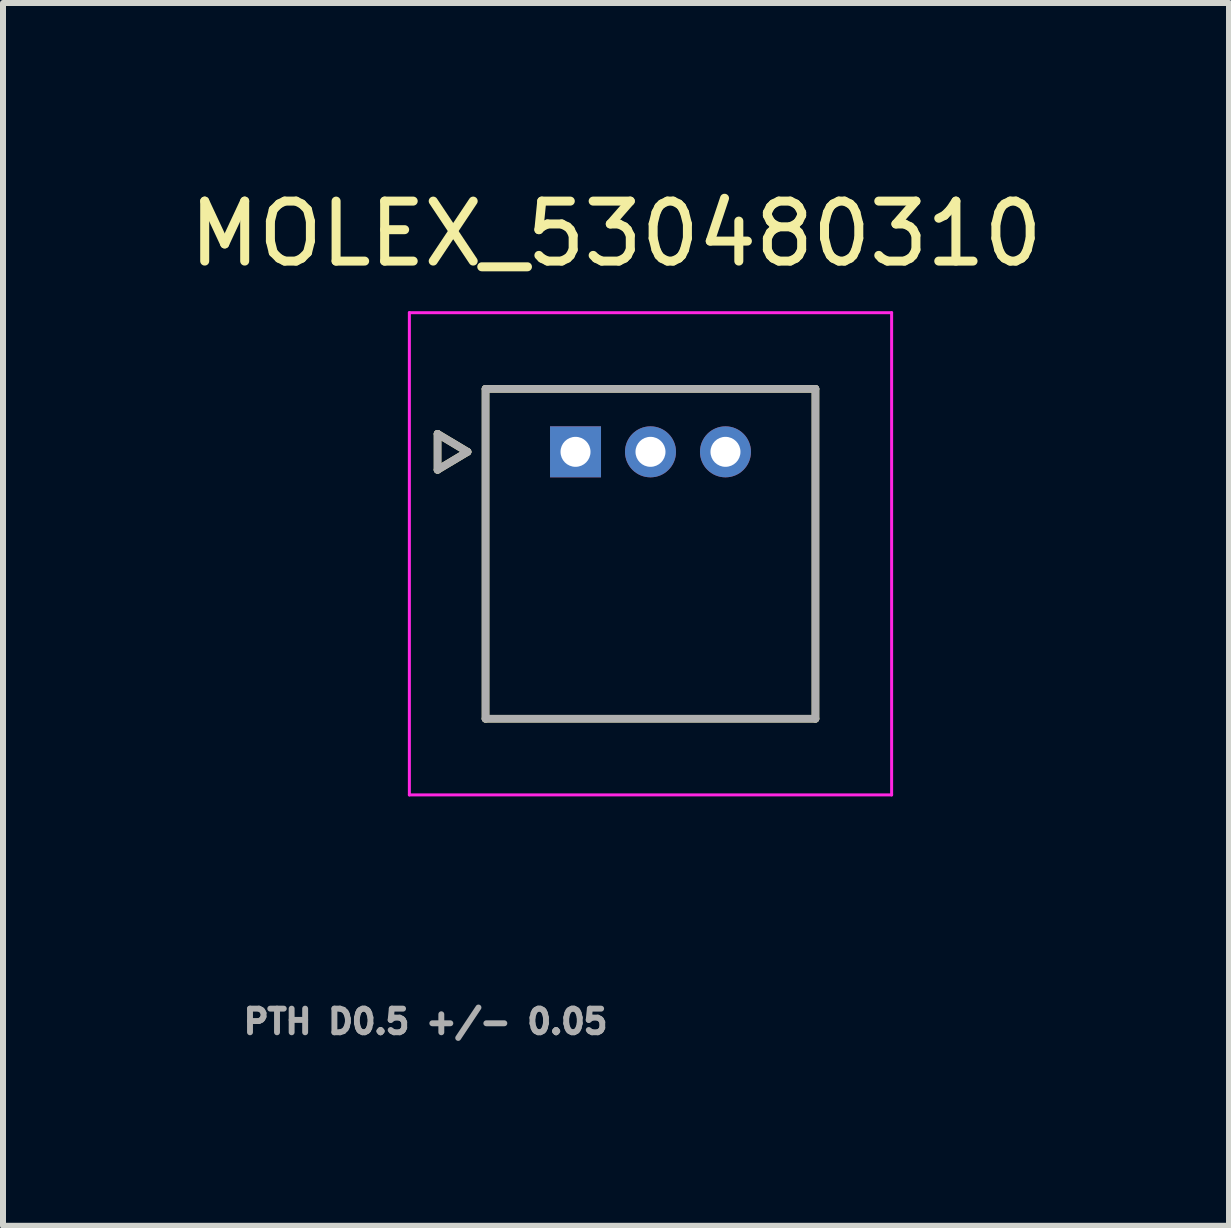
<source format=kicad_pcb>
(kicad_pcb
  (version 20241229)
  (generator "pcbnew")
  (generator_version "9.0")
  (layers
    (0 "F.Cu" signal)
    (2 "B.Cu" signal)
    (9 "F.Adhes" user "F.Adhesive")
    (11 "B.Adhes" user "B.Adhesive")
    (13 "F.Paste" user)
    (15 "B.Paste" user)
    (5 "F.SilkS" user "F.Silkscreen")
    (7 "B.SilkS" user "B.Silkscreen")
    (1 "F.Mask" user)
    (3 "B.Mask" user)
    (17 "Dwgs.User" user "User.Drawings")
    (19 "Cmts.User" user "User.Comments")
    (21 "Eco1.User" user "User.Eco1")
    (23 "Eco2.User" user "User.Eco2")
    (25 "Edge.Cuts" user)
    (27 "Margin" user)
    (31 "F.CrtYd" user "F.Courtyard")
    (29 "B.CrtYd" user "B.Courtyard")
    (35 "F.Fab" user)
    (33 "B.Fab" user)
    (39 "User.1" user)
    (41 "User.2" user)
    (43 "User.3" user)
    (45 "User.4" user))
  (footprint "MOLEX_530480310"
    (layer "F.Cu")
    (at 6.545 4.483)
    (property "Reference" "MOLEX_530480310" (at 0.675 -3.635 0) (layer "F.SilkS") (effects (font (size 1 1) (thickness 0.15))))
    (attr through_hole)
    (fp_circle (center 1.25 0) (end 1.501 0) (stroke (width 0.501) (type solid)) (fill no) (layer "F.Mask"))
    (fp_circle (center 2.5 0) (end 2.751 0) (stroke (width 0.501) (type solid)) (fill no) (layer "F.Mask"))
    (fp_poly (pts (xy 0.501 0.501) (xy -0.501 0.501) (xy -0.501 -0.501) (xy 0.501 -0.501)) (stroke (width 0.01) (type solid)) (fill yes) (layer "F.Mask"))
    (fp_circle (center 1.25 0) (end 1.501 0) (stroke (width 0.501) (type solid)) (fill no) (layer "B.Mask"))
    (fp_circle (center 2.5 0) (end 2.751 0) (stroke (width 0.501) (type solid)) (fill no) (layer "B.Mask"))
    (fp_poly (pts (xy 0.501 0.501) (xy -0.501 0.501) (xy -0.501 -0.501) (xy 0.501 -0.501)) (stroke (width 0.01) (type solid)) (fill yes) (layer "B.Mask"))
    (fp_line (start -2.3 -0.3) (end -1.8 0) (stroke (width 0.127) (type solid)) (layer "F.SilkS"))
    (fp_line (start -2.3 0.3) (end -2.3 -0.3) (stroke (width 0.127) (type solid)) (layer "F.SilkS"))
    (fp_line (start -1.8 0) (end -2.3 0.3) (stroke (width 0.127) (type solid)) (layer "F.SilkS"))
    (fp_line (start -1.5 -1.05) (end 4 -1.05) (stroke (width 0.127) (type solid)) (layer "F.SilkS"))
    (fp_line (start -1.5 4.45) (end -1.5 -1.05) (stroke (width 0.127) (type solid)) (layer "F.SilkS"))
    (fp_line (start 4 -1.05) (end 4 4.45) (stroke (width 0.127) (type solid)) (layer "F.SilkS"))
    (fp_line (start 4 4.45) (end -1.5 4.45) (stroke (width 0.127) (type solid)) (layer "F.SilkS"))
    (fp_line (start -2.77 -2.32) (end 5.27 -2.32) (stroke (width 0.05) (type solid)) (layer "F.CrtYd"))
    (fp_line (start -2.77 5.72) (end -2.77 -2.32) (stroke (width 0.05) (type solid)) (layer "F.CrtYd"))
    (fp_line (start 5.27 -2.32) (end 5.27 5.72) (stroke (width 0.05) (type solid)) (layer "F.CrtYd"))
    (fp_line (start 5.27 5.72) (end -2.77 5.72) (stroke (width 0.05) (type solid)) (layer "F.CrtYd"))
    (fp_line (start -2.3 -0.3) (end -1.8 0) (stroke (width 0.127) (type solid)) (layer "F.Fab"))
    (fp_line (start -2.3 0.3) (end -2.3 -0.3) (stroke (width 0.127) (type solid)) (layer "F.Fab"))
    (fp_line (start -1.8 0) (end -2.3 0.3) (stroke (width 0.127) (type solid)) (layer "F.Fab"))
    (fp_line (start -1.5 -1.05) (end 4 -1.05) (stroke (width 0.127) (type solid)) (layer "F.Fab"))
    (fp_line (start -1.5 4.45) (end -1.5 -1.05) (stroke (width 0.127) (type solid)) (layer "F.Fab"))
    (fp_line (start 4 -1.05) (end 4 4.45) (stroke (width 0.127) (type solid)) (layer "F.Fab"))
    (fp_line (start 4 4.45) (end -1.5 4.45) (stroke (width 0.127) (type solid)) (layer "F.Fab"))
    (fp_text user "PTH D0.5 +/- 0.05" (at -2.5 9.5 0) (layer "F.Fab") (effects (font (size 0.394 0.394) (thickness 0.15))))
    (pad "1" thru_hole rect (at 0 0) (size 0.85 0.85) (drill 0.5) (layers "*.Cu"))
    (pad "2" thru_hole circle (at 1.25 0) (size 0.85 0.85) (drill 0.5) (layers "*.Cu"))
    (pad "3" thru_hole circle (at 2.5 0) (size 0.85 0.85) (drill 0.5) (layers "*.Cu")))
  (gr_rect
    (start -3 -3)
    (end 17.44 17.386)
    (stroke (width 0.1) (type default))
    (fill no)
    (layer "Edge.Cuts")))
</source>
